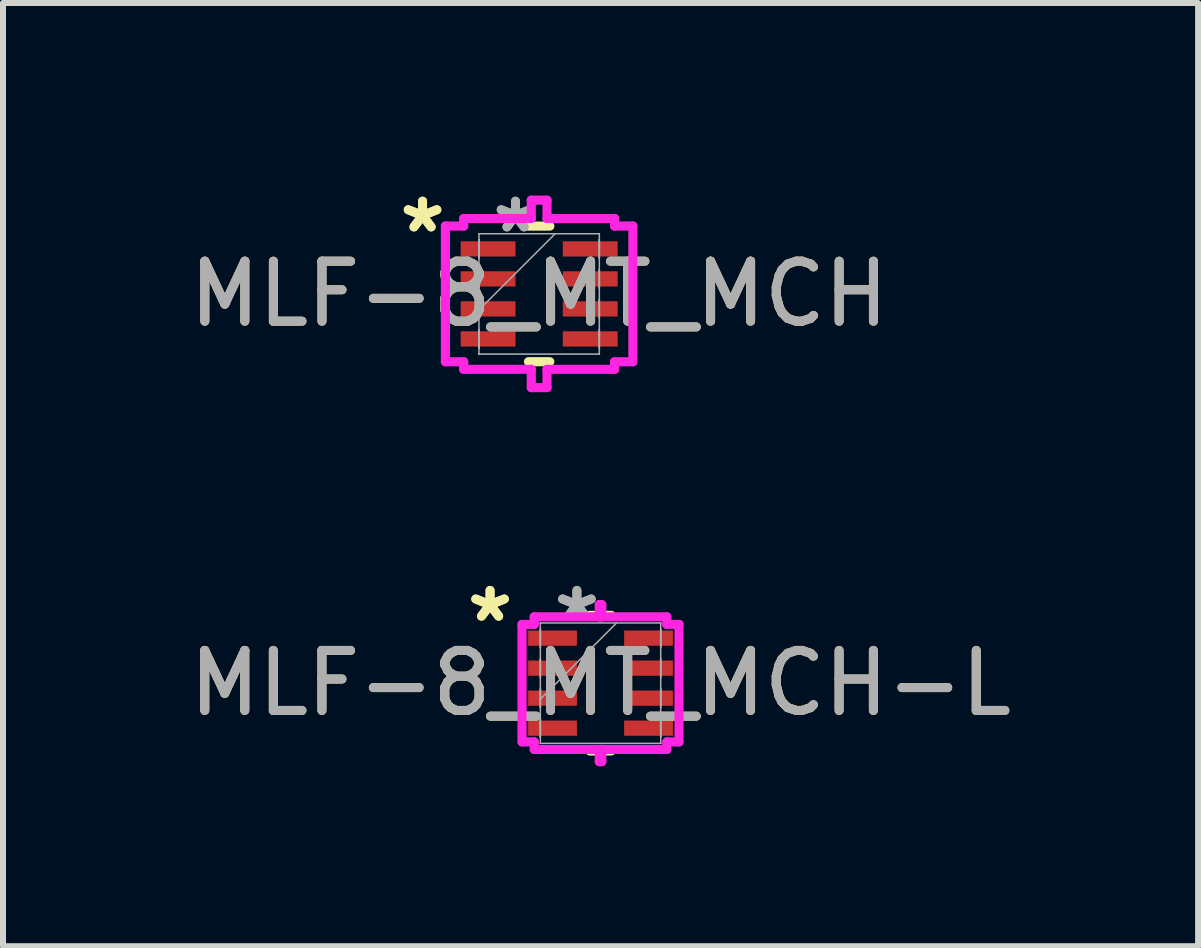
<source format=kicad_pcb>
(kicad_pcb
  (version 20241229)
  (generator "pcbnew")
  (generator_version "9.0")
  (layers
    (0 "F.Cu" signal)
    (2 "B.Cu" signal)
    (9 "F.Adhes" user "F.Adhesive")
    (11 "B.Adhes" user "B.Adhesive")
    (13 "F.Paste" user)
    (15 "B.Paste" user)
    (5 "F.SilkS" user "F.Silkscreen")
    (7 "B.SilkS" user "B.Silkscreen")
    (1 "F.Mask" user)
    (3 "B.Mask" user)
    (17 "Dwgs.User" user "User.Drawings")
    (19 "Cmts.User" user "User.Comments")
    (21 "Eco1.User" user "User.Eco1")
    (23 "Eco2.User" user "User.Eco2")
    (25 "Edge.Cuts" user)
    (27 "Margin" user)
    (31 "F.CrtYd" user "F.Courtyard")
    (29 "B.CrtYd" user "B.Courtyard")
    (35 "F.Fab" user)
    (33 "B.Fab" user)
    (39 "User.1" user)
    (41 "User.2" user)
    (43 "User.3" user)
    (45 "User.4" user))
  (footprint "MLF-8_MT_MCH-L"
    (layer "F.Cu")
    (at 6.958 8.335)
    (property "Reference" "MLF-8_MT_MCH-L" (at 0 0 0) (unlocked yes) (layer "F.SilkS") (effects (font (size 1 1) (thickness 0.15))))
    (attr smd)
    (fp_line (start -0.178 1.13) (end 0.178 1.13) (stroke (width 0.152) (type solid)) (layer "F.SilkS"))
    (fp_line (start 0.178 -1.13) (end -0.178 -1.13) (stroke (width 0.152) (type solid)) (layer "F.SilkS"))
    (fp_line (start -1.308 -0.979) (end -1.105 -0.979) (stroke (width 0.152) (type solid)) (layer "F.CrtYd"))
    (fp_line (start -1.308 0.979) (end -1.308 -0.979) (stroke (width 0.152) (type solid)) (layer "F.CrtYd"))
    (fp_line (start -1.105 -1.105) (end 0.021 -1.105) (stroke (width 0.152) (type solid)) (layer "F.CrtYd"))
    (fp_line (start -1.105 -0.979) (end -1.105 -1.105) (stroke (width 0.152) (type solid)) (layer "F.CrtYd"))
    (fp_line (start -1.105 0.979) (end -1.308 0.979) (stroke (width 0.152) (type solid)) (layer "F.CrtYd"))
    (fp_line (start -1.105 1.105) (end -1.105 0.979) (stroke (width 0.152) (type solid)) (layer "F.CrtYd"))
    (fp_line (start -0.021 -1.308) (end -0.021 -1.105) (stroke (width 0.152) (type solid)) (layer "F.CrtYd"))
    (fp_line (start -0.021 -1.105) (end 1.105 -1.105) (stroke (width 0.152) (type solid)) (layer "F.CrtYd"))
    (fp_line (start -0.021 1.105) (end -0.021 1.308) (stroke (width 0.152) (type solid)) (layer "F.CrtYd"))
    (fp_line (start -0.021 1.308) (end 0.021 1.308) (stroke (width 0.152) (type solid)) (layer "F.CrtYd"))
    (fp_line (start 0.021 -1.308) (end -0.021 -1.308) (stroke (width 0.152) (type solid)) (layer "F.CrtYd"))
    (fp_line (start 0.021 -1.105) (end 0.021 -1.308) (stroke (width 0.152) (type solid)) (layer "F.CrtYd"))
    (fp_line (start 0.021 1.105) (end -1.105 1.105) (stroke (width 0.152) (type solid)) (layer "F.CrtYd"))
    (fp_line (start 0.021 1.308) (end 0.021 1.105) (stroke (width 0.152) (type solid)) (layer "F.CrtYd"))
    (fp_line (start 1.105 -1.105) (end 1.105 -0.979) (stroke (width 0.152) (type solid)) (layer "F.CrtYd"))
    (fp_line (start 1.105 -0.979) (end 1.308 -0.979) (stroke (width 0.152) (type solid)) (layer "F.CrtYd"))
    (fp_line (start 1.105 0.979) (end 1.105 1.105) (stroke (width 0.152) (type solid)) (layer "F.CrtYd"))
    (fp_line (start 1.105 1.105) (end -0.021 1.105) (stroke (width 0.152) (type solid)) (layer "F.CrtYd"))
    (fp_line (start 1.308 -0.979) (end 1.308 0.979) (stroke (width 0.152) (type solid)) (layer "F.CrtYd"))
    (fp_line (start 1.308 0.979) (end 1.105 0.979) (stroke (width 0.152) (type solid)) (layer "F.CrtYd"))
    (fp_line (start -1.003 -1.003) (end -1.003 -1.003) (stroke (width 0.025) (type solid)) (layer "F.Fab"))
    (fp_line (start -1.003 -1.003) (end -1.003 1.003) (stroke (width 0.025) (type solid)) (layer "F.Fab"))
    (fp_line (start -1.003 -0.902) (end -1.003 -0.902) (stroke (width 0.025) (type solid)) (layer "F.Fab"))
    (fp_line (start -1.003 -0.902) (end -1.003 -0.598) (stroke (width 0.025) (type solid)) (layer "F.Fab"))
    (fp_line (start -1.003 -0.598) (end -1.003 -0.902) (stroke (width 0.025) (type solid)) (layer "F.Fab"))
    (fp_line (start -1.003 -0.598) (end -1.003 -0.598) (stroke (width 0.025) (type solid)) (layer "F.Fab"))
    (fp_line (start -1.003 -0.402) (end -1.003 -0.402) (stroke (width 0.025) (type solid)) (layer "F.Fab"))
    (fp_line (start -1.003 -0.402) (end -1.003 -0.098) (stroke (width 0.025) (type solid)) (layer "F.Fab"))
    (fp_line (start -1.003 -0.098) (end -1.003 -0.402) (stroke (width 0.025) (type solid)) (layer "F.Fab"))
    (fp_line (start -1.003 -0.098) (end -1.003 -0.098) (stroke (width 0.025) (type solid)) (layer "F.Fab"))
    (fp_line (start -1.003 0.098) (end -1.003 0.098) (stroke (width 0.025) (type solid)) (layer "F.Fab"))
    (fp_line (start -1.003 0.098) (end -1.003 0.402) (stroke (width 0.025) (type solid)) (layer "F.Fab"))
    (fp_line (start -1.003 0.267) (end 0.267 -1.003) (stroke (width 0.025) (type solid)) (layer "F.Fab"))
    (fp_line (start -1.003 0.402) (end -1.003 0.098) (stroke (width 0.025) (type solid)) (layer "F.Fab"))
    (fp_line (start -1.003 0.402) (end -1.003 0.402) (stroke (width 0.025) (type solid)) (layer "F.Fab"))
    (fp_line (start -1.003 0.598) (end -1.003 0.598) (stroke (width 0.025) (type solid)) (layer "F.Fab"))
    (fp_line (start -1.003 0.598) (end -1.003 0.902) (stroke (width 0.025) (type solid)) (layer "F.Fab"))
    (fp_line (start -1.003 0.902) (end -1.003 0.598) (stroke (width 0.025) (type solid)) (layer "F.Fab"))
    (fp_line (start -1.003 0.902) (end -1.003 0.902) (stroke (width 0.025) (type solid)) (layer "F.Fab"))
    (fp_line (start -1.003 1.003) (end -1.003 1.003) (stroke (width 0.025) (type solid)) (layer "F.Fab"))
    (fp_line (start -1.003 1.003) (end 1.003 1.003) (stroke (width 0.025) (type solid)) (layer "F.Fab"))
    (fp_line (start 1.003 -1.003) (end -1.003 -1.003) (stroke (width 0.025) (type solid)) (layer "F.Fab"))
    (fp_line (start 1.003 -1.003) (end 1.003 -1.003) (stroke (width 0.025) (type solid)) (layer "F.Fab"))
    (fp_line (start 1.003 -0.902) (end 1.003 -0.902) (stroke (width 0.025) (type solid)) (layer "F.Fab"))
    (fp_line (start 1.003 -0.902) (end 1.003 -0.598) (stroke (width 0.025) (type solid)) (layer "F.Fab"))
    (fp_line (start 1.003 -0.598) (end 1.003 -0.902) (stroke (width 0.025) (type solid)) (layer "F.Fab"))
    (fp_line (start 1.003 -0.598) (end 1.003 -0.598) (stroke (width 0.025) (type solid)) (layer "F.Fab"))
    (fp_line (start 1.003 -0.402) (end 1.003 -0.402) (stroke (width 0.025) (type solid)) (layer "F.Fab"))
    (fp_line (start 1.003 -0.402) (end 1.003 -0.098) (stroke (width 0.025) (type solid)) (layer "F.Fab"))
    (fp_line (start 1.003 -0.098) (end 1.003 -0.402) (stroke (width 0.025) (type solid)) (layer "F.Fab"))
    (fp_line (start 1.003 -0.098) (end 1.003 -0.098) (stroke (width 0.025) (type solid)) (layer "F.Fab"))
    (fp_line (start 1.003 0.098) (end 1.003 0.098) (stroke (width 0.025) (type solid)) (layer "F.Fab"))
    (fp_line (start 1.003 0.098) (end 1.003 0.402) (stroke (width 0.025) (type solid)) (layer "F.Fab"))
    (fp_line (start 1.003 0.402) (end 1.003 0.098) (stroke (width 0.025) (type solid)) (layer "F.Fab"))
    (fp_line (start 1.003 0.402) (end 1.003 0.402) (stroke (width 0.025) (type solid)) (layer "F.Fab"))
    (fp_line (start 1.003 0.598) (end 1.003 0.598) (stroke (width 0.025) (type solid)) (layer "F.Fab"))
    (fp_line (start 1.003 0.598) (end 1.003 0.902) (stroke (width 0.025) (type solid)) (layer "F.Fab"))
    (fp_line (start 1.003 0.902) (end 1.003 0.598) (stroke (width 0.025) (type solid)) (layer "F.Fab"))
    (fp_line (start 1.003 0.902) (end 1.003 0.902) (stroke (width 0.025) (type solid)) (layer "F.Fab"))
    (fp_line (start 1.003 1.003) (end 1.003 -1.003) (stroke (width 0.025) (type solid)) (layer "F.Fab"))
    (fp_line (start 1.003 1.003) (end 1.003 1.003) (stroke (width 0.025) (type solid)) (layer "F.Fab"))
    (fp_text user "*" (at -1.841 -1 0) (layer "F.SilkS") (effects (font (size 1 1) (thickness 0.15))))
    (fp_text user "*" (at -1.841 -1 0) (unlocked yes) (layer "F.SilkS") (effects (font (size 1 1) (thickness 0.15))))
    (fp_text user "*" (at -0.394 -1 0) (layer "F.Fab") (effects (font (size 1 1) (thickness 0.15))))
    (fp_text user "*" (at -0.394 -1 0) (unlocked yes) (layer "F.Fab") (effects (font (size 1 1) (thickness 0.15))))
    (fp_text user "${REFERENCE}" (at 0 0 0) (unlocked yes) (layer "F.Fab") (effects (font (size 1 1) (thickness 0.15))))
    (pad "1" smd rect (at -0.8 -0.75 90) (size 0.254 0.813) (layers "F.Cu" "F.Mask" "F.Paste"))
    (pad "2" smd rect (at -0.8 -0.25 90) (size 0.254 0.813) (layers "F.Cu" "F.Mask" "F.Paste"))
    (pad "3" smd rect (at -0.8 0.25 90) (size 0.254 0.813) (layers "F.Cu" "F.Mask" "F.Paste"))
    (pad "4" smd rect (at -0.8 0.75 90) (size 0.254 0.813) (layers "F.Cu" "F.Mask" "F.Paste"))
    (pad "5" smd rect (at 0.8 0.75 90) (size 0.254 0.813) (layers "F.Cu" "F.Mask" "F.Paste"))
    (pad "6" smd rect (at 0.8 0.25 90) (size 0.254 0.813) (layers "F.Cu" "F.Mask" "F.Paste"))
    (pad "7" smd rect (at 0.8 -0.25 90) (size 0.254 0.813) (layers "F.Cu" "F.Mask" "F.Paste"))
    (pad "8" smd rect (at 0.8 -0.75 90) (size 0.254 0.813) (layers "F.Cu" "F.Mask" "F.Paste")))
  (footprint "MLF-8_MT_MCH"
    (layer "F.Cu")
    (at 5.935 1.848)
    (property "Reference" "MLF-8_MT_MCH" (at 0 0 0) (unlocked yes) (layer "F.SilkS") (effects (font (size 1 1) (thickness 0.15))))
    (attr smd)
    (fp_line (start -0.178 1.13) (end 0.178 1.13) (stroke (width 0.152) (type solid)) (layer "F.SilkS"))
    (fp_line (start 0.178 -1.13) (end -0.178 -1.13) (stroke (width 0.152) (type solid)) (layer "F.SilkS"))
    (fp_line (start -1.562 -1.131) (end -1.257 -1.131) (stroke (width 0.152) (type solid)) (layer "F.CrtYd"))
    (fp_line (start -1.562 1.131) (end -1.562 -1.131) (stroke (width 0.152) (type solid)) (layer "F.CrtYd"))
    (fp_line (start -1.257 -1.257) (end -0.131 -1.257) (stroke (width 0.152) (type solid)) (layer "F.CrtYd"))
    (fp_line (start -1.257 -1.131) (end -1.257 -1.257) (stroke (width 0.152) (type solid)) (layer "F.CrtYd"))
    (fp_line (start -1.257 1.131) (end -1.562 1.131) (stroke (width 0.152) (type solid)) (layer "F.CrtYd"))
    (fp_line (start -1.257 1.257) (end -1.257 1.131) (stroke (width 0.152) (type solid)) (layer "F.CrtYd"))
    (fp_line (start -0.131 -1.562) (end 0.131 -1.562) (stroke (width 0.152) (type solid)) (layer "F.CrtYd"))
    (fp_line (start -0.131 -1.257) (end -0.131 -1.562) (stroke (width 0.152) (type solid)) (layer "F.CrtYd"))
    (fp_line (start -0.131 1.257) (end -1.257 1.257) (stroke (width 0.152) (type solid)) (layer "F.CrtYd"))
    (fp_line (start -0.131 1.562) (end -0.131 1.257) (stroke (width 0.152) (type solid)) (layer "F.CrtYd"))
    (fp_line (start 0.131 -1.562) (end 0.131 -1.257) (stroke (width 0.152) (type solid)) (layer "F.CrtYd"))
    (fp_line (start 0.131 -1.257) (end 1.257 -1.257) (stroke (width 0.152) (type solid)) (layer "F.CrtYd"))
    (fp_line (start 0.131 1.257) (end 0.131 1.562) (stroke (width 0.152) (type solid)) (layer "F.CrtYd"))
    (fp_line (start 0.131 1.562) (end -0.131 1.562) (stroke (width 0.152) (type solid)) (layer "F.CrtYd"))
    (fp_line (start 1.257 -1.257) (end 1.257 -1.131) (stroke (width 0.152) (type solid)) (layer "F.CrtYd"))
    (fp_line (start 1.257 -1.131) (end 1.562 -1.131) (stroke (width 0.152) (type solid)) (layer "F.CrtYd"))
    (fp_line (start 1.257 1.131) (end 1.257 1.257) (stroke (width 0.152) (type solid)) (layer "F.CrtYd"))
    (fp_line (start 1.257 1.257) (end 0.131 1.257) (stroke (width 0.152) (type solid)) (layer "F.CrtYd"))
    (fp_line (start 1.562 -1.131) (end 1.562 1.131) (stroke (width 0.152) (type solid)) (layer "F.CrtYd"))
    (fp_line (start 1.562 1.131) (end 1.257 1.131) (stroke (width 0.152) (type solid)) (layer "F.CrtYd"))
    (fp_line (start -1.003 -1.003) (end -1.003 -1.003) (stroke (width 0.025) (type solid)) (layer "F.Fab"))
    (fp_line (start -1.003 -1.003) (end -1.003 1.003) (stroke (width 0.025) (type solid)) (layer "F.Fab"))
    (fp_line (start -1.003 -0.902) (end -1.003 -0.902) (stroke (width 0.025) (type solid)) (layer "F.Fab"))
    (fp_line (start -1.003 -0.902) (end -1.003 -0.598) (stroke (width 0.025) (type solid)) (layer "F.Fab"))
    (fp_line (start -1.003 -0.598) (end -1.003 -0.902) (stroke (width 0.025) (type solid)) (layer "F.Fab"))
    (fp_line (start -1.003 -0.598) (end -1.003 -0.598) (stroke (width 0.025) (type solid)) (layer "F.Fab"))
    (fp_line (start -1.003 -0.402) (end -1.003 -0.402) (stroke (width 0.025) (type solid)) (layer "F.Fab"))
    (fp_line (start -1.003 -0.402) (end -1.003 -0.098) (stroke (width 0.025) (type solid)) (layer "F.Fab"))
    (fp_line (start -1.003 -0.098) (end -1.003 -0.402) (stroke (width 0.025) (type solid)) (layer "F.Fab"))
    (fp_line (start -1.003 -0.098) (end -1.003 -0.098) (stroke (width 0.025) (type solid)) (layer "F.Fab"))
    (fp_line (start -1.003 0.098) (end -1.003 0.098) (stroke (width 0.025) (type solid)) (layer "F.Fab"))
    (fp_line (start -1.003 0.098) (end -1.003 0.402) (stroke (width 0.025) (type solid)) (layer "F.Fab"))
    (fp_line (start -1.003 0.267) (end 0.267 -1.003) (stroke (width 0.025) (type solid)) (layer "F.Fab"))
    (fp_line (start -1.003 0.402) (end -1.003 0.098) (stroke (width 0.025) (type solid)) (layer "F.Fab"))
    (fp_line (start -1.003 0.402) (end -1.003 0.402) (stroke (width 0.025) (type solid)) (layer "F.Fab"))
    (fp_line (start -1.003 0.598) (end -1.003 0.598) (stroke (width 0.025) (type solid)) (layer "F.Fab"))
    (fp_line (start -1.003 0.598) (end -1.003 0.902) (stroke (width 0.025) (type solid)) (layer "F.Fab"))
    (fp_line (start -1.003 0.902) (end -1.003 0.598) (stroke (width 0.025) (type solid)) (layer "F.Fab"))
    (fp_line (start -1.003 0.902) (end -1.003 0.902) (stroke (width 0.025) (type solid)) (layer "F.Fab"))
    (fp_line (start -1.003 1.003) (end -1.003 1.003) (stroke (width 0.025) (type solid)) (layer "F.Fab"))
    (fp_line (start -1.003 1.003) (end 1.003 1.003) (stroke (width 0.025) (type solid)) (layer "F.Fab"))
    (fp_line (start 1.003 -1.003) (end -1.003 -1.003) (stroke (width 0.025) (type solid)) (layer "F.Fab"))
    (fp_line (start 1.003 -1.003) (end 1.003 -1.003) (stroke (width 0.025) (type solid)) (layer "F.Fab"))
    (fp_line (start 1.003 -0.902) (end 1.003 -0.902) (stroke (width 0.025) (type solid)) (layer "F.Fab"))
    (fp_line (start 1.003 -0.902) (end 1.003 -0.598) (stroke (width 0.025) (type solid)) (layer "F.Fab"))
    (fp_line (start 1.003 -0.598) (end 1.003 -0.902) (stroke (width 0.025) (type solid)) (layer "F.Fab"))
    (fp_line (start 1.003 -0.598) (end 1.003 -0.598) (stroke (width 0.025) (type solid)) (layer "F.Fab"))
    (fp_line (start 1.003 -0.402) (end 1.003 -0.402) (stroke (width 0.025) (type solid)) (layer "F.Fab"))
    (fp_line (start 1.003 -0.402) (end 1.003 -0.098) (stroke (width 0.025) (type solid)) (layer "F.Fab"))
    (fp_line (start 1.003 -0.098) (end 1.003 -0.402) (stroke (width 0.025) (type solid)) (layer "F.Fab"))
    (fp_line (start 1.003 -0.098) (end 1.003 -0.098) (stroke (width 0.025) (type solid)) (layer "F.Fab"))
    (fp_line (start 1.003 0.098) (end 1.003 0.098) (stroke (width 0.025) (type solid)) (layer "F.Fab"))
    (fp_line (start 1.003 0.098) (end 1.003 0.402) (stroke (width 0.025) (type solid)) (layer "F.Fab"))
    (fp_line (start 1.003 0.402) (end 1.003 0.098) (stroke (width 0.025) (type solid)) (layer "F.Fab"))
    (fp_line (start 1.003 0.402) (end 1.003 0.402) (stroke (width 0.025) (type solid)) (layer "F.Fab"))
    (fp_line (start 1.003 0.598) (end 1.003 0.598) (stroke (width 0.025) (type solid)) (layer "F.Fab"))
    (fp_line (start 1.003 0.598) (end 1.003 0.902) (stroke (width 0.025) (type solid)) (layer "F.Fab"))
    (fp_line (start 1.003 0.902) (end 1.003 0.598) (stroke (width 0.025) (type solid)) (layer "F.Fab"))
    (fp_line (start 1.003 0.902) (end 1.003 0.902) (stroke (width 0.025) (type solid)) (layer "F.Fab"))
    (fp_line (start 1.003 1.003) (end 1.003 -1.003) (stroke (width 0.025) (type solid)) (layer "F.Fab"))
    (fp_line (start 1.003 1.003) (end 1.003 1.003) (stroke (width 0.025) (type solid)) (layer "F.Fab"))
    (fp_text user "*" (at -1.943 -1 0) (layer "F.SilkS") (effects (font (size 1 1) (thickness 0.15))))
    (fp_text user "*" (at -1.943 -1 0) (unlocked yes) (layer "F.SilkS") (effects (font (size 1 1) (thickness 0.15))))
    (fp_text user "*" (at -0.394 -1 0) (layer "F.Fab") (effects (font (size 1 1) (thickness 0.15))))
    (fp_text user "${REFERENCE}" (at 0 0 0) (unlocked yes) (layer "F.Fab") (effects (font (size 1 1) (thickness 0.15))))
    (fp_text user "*" (at -0.394 -1 0) (unlocked yes) (layer "F.Fab") (effects (font (size 1 1) (thickness 0.15))))
    (pad "1" smd rect (at -0.851 -0.75 90) (size 0.254 0.914) (layers "F.Cu" "F.Mask" "F.Paste"))
    (pad "2" smd rect (at -0.851 -0.25 90) (size 0.254 0.914) (layers "F.Cu" "F.Mask" "F.Paste"))
    (pad "3" smd rect (at -0.851 0.25 90) (size 0.254 0.914) (layers "F.Cu" "F.Mask" "F.Paste"))
    (pad "4" smd rect (at -0.851 0.75 90) (size 0.254 0.914) (layers "F.Cu" "F.Mask" "F.Paste"))
    (pad "5" smd rect (at 0.851 0.75 90) (size 0.254 0.914) (layers "F.Cu" "F.Mask" "F.Paste"))
    (pad "6" smd rect (at 0.851 0.25 90) (size 0.254 0.914) (layers "F.Cu" "F.Mask" "F.Paste"))
    (pad "7" smd rect (at 0.851 -0.25 90) (size 0.254 0.914) (layers "F.Cu" "F.Mask" "F.Paste"))
    (pad "8" smd rect (at 0.851 -0.75 90) (size 0.254 0.914) (layers "F.Cu" "F.Mask" "F.Paste")))
  (gr_rect
    (start -3 -3)
    (end 16.917 12.719)
    (stroke (width 0.1) (type default))
    (fill no)
    (layer "Edge.Cuts")))
</source>
